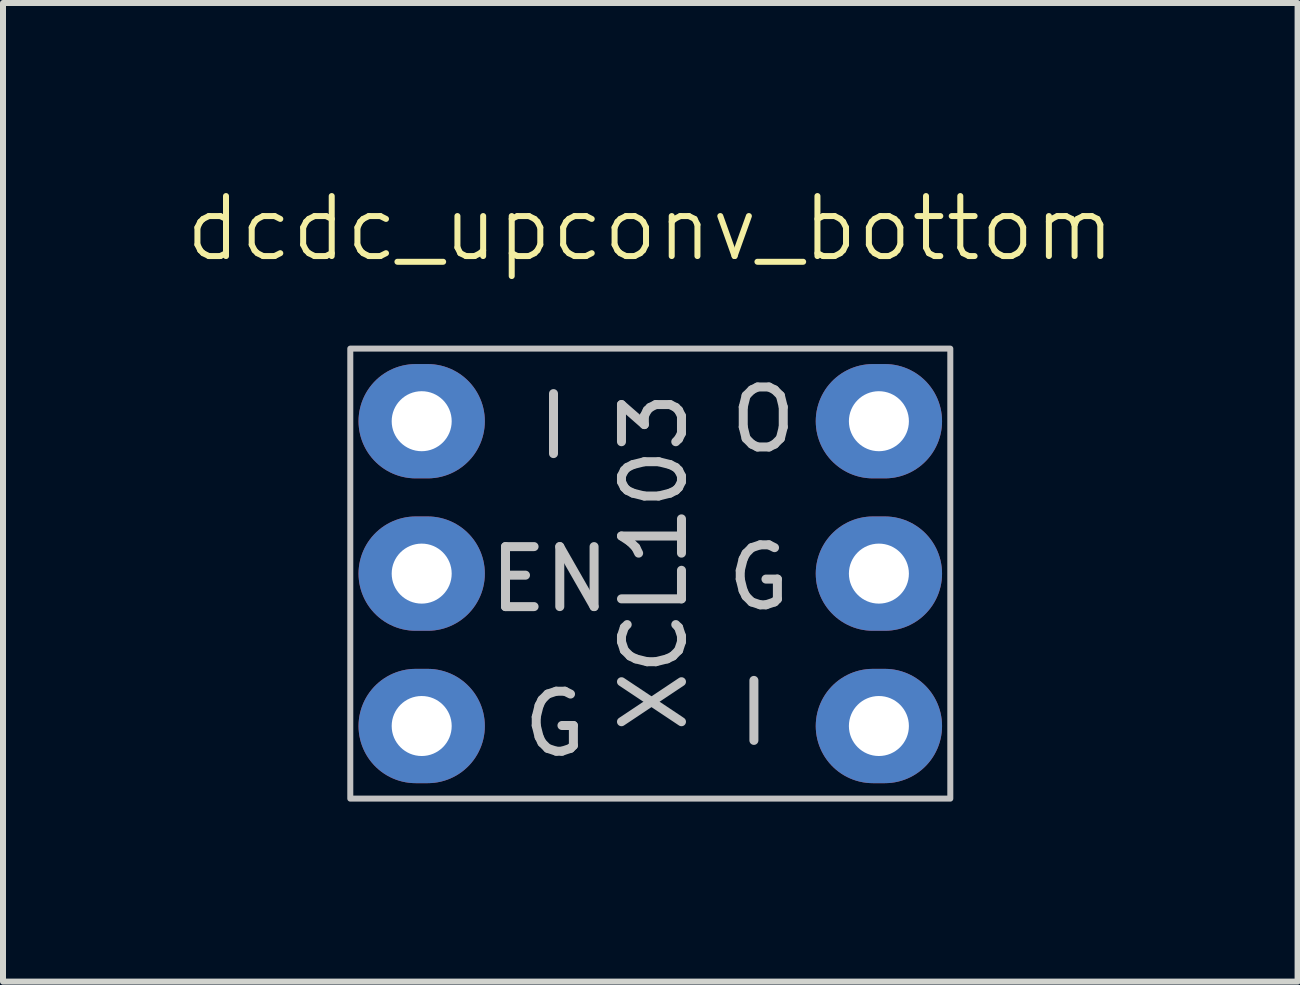
<source format=kicad_pcb>
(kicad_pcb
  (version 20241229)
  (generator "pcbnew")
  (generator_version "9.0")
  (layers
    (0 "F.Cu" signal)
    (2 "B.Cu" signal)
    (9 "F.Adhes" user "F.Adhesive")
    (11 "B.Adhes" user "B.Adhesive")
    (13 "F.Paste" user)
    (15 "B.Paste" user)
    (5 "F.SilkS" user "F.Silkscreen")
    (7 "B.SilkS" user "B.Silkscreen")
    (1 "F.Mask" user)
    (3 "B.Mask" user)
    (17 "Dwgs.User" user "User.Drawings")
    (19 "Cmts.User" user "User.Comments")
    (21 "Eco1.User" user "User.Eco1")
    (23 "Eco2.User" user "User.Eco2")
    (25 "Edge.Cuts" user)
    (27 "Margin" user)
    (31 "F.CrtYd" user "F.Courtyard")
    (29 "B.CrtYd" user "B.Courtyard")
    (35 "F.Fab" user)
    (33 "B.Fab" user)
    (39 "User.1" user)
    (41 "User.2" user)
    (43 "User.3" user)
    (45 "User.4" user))
  (footprint "dcdc_upconv_bottom"
    (layer "F.Cu")
    (at 7.788 1.76)
    (property "Reference" "dcdc_upconv_bottom" (at 0 -1 0) (unlocked yes) (layer "F.SilkS") (effects (font (size 1 1) (thickness 0.1))))
    (attr smd)
    (fp_rect (start -5 1) (end 5 8.5) (stroke (width 0.1) (type solid)) (fill no) (layer "Dwgs.User"))
    (fp_text user "G" (at 1.21 5.4 0) (unlocked yes) (layer "Dwgs.User") (effects (font (size 1 1) (thickness 0.15)) (justify left bottom)))
    (fp_text user "I" (at -1.95 2.88 0) (unlocked yes) (layer "Dwgs.User") (effects (font (size 1 1) (thickness 0.15)) (justify left bottom)))
    (fp_text user "XCL103" (at 0.65 7.46 90) (unlocked yes) (layer "Dwgs.User") (effects (font (size 1 1) (thickness 0.15)) (justify left bottom)))
    (fp_text user "I" (at 1.39 7.66 0) (unlocked yes) (layer "Dwgs.User") (effects (font (size 1 1) (thickness 0.15)) (justify left bottom)))
    (fp_text user "O" (at 1.26 2.77 0) (unlocked yes) (layer "Dwgs.User") (effects (font (size 1 1) (thickness 0.15)) (justify left bottom)))
    (fp_text user "EN" (at -2.75 5.43 0) (unlocked yes) (layer "Dwgs.User") (effects (font (size 1 1) (thickness 0.15)) (justify left bottom)))
    (fp_text user "G" (at -2.19 7.84 0) (unlocked yes) (layer "Dwgs.User") (effects (font (size 1 1) (thickness 0.15)) (justify left bottom)))
    (pad "1" thru_hole oval (at -3.81 2.21 180) (size 2.105 1.905) (drill 1) (layers "*.Cu" "*.Mask"))
    (pad "2" thru_hole oval (at -3.81 4.75 180) (size 2.105 1.905) (drill 1) (layers "*.Cu" "*.Mask"))
    (pad "3" thru_hole oval (at -3.81 7.29 180) (size 2.105 1.905) (drill 1) (layers "*.Cu" "*.Mask"))
    (pad "4" thru_hole oval (at 3.81 7.29 180) (size 2.105 1.905) (drill 1) (layers "*.Cu" "*.Mask"))
    (pad "5" thru_hole oval (at 3.81 4.75 180) (size 2.105 1.905) (drill 1) (layers "*.Cu" "*.Mask"))
    (pad "6" thru_hole oval (at 3.81 2.21 180) (size 2.105 1.905) (drill 1) (layers "*.Cu" "*.Mask")))
  (gr_rect
    (start -3 -3)
    (end 18.576 13.31)
    (stroke (width 0.1) (type default))
    (fill no)
    (layer "Edge.Cuts")))
</source>
